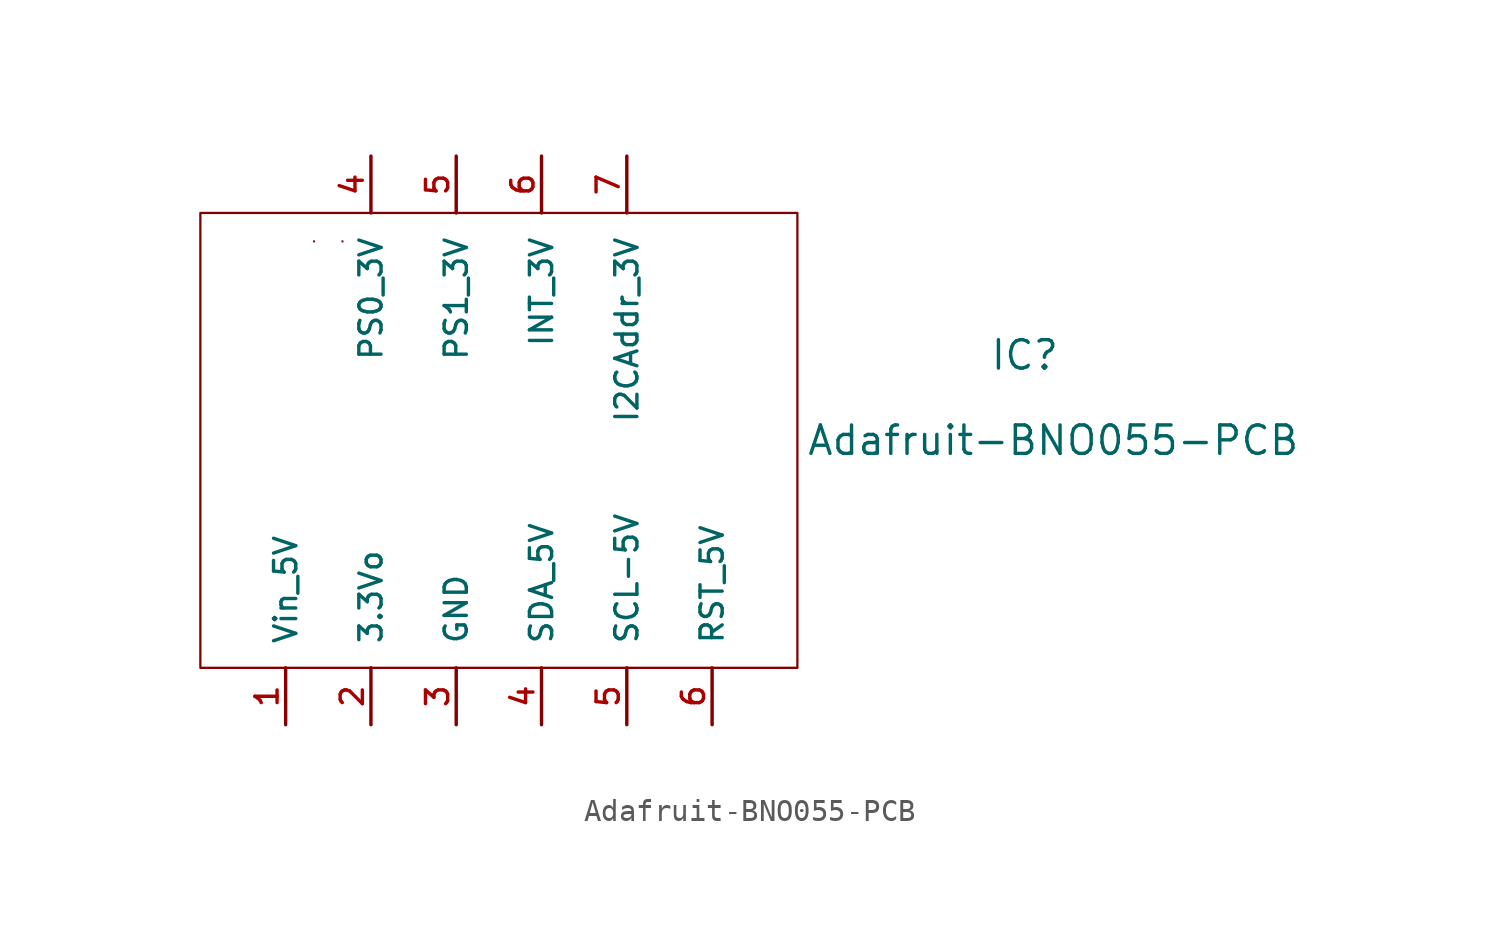
<source format=kicad_sym>
(kicad_symbol_lib
  (version 20211014)
  (generator kicad_symbol_editor)
  (symbol "Adafruit-BNO055-PCB"
    (pin_names
      (offset 1.016))
    (property "Reference" "IC"
      (at 36.83 -6.35 0)
      (effects (font (size 1.27 1.27))))
    (property "Value" "Adafruit-BNO055-PCB"
      (at 38.1 -10.16 0)
      (effects (font (size 1.27 1.27))))
    (symbol "Adafruit-BNO055-PCB_0_1"
      (rectangle (start 0 0) (end 26.67 -20.32) (stroke (width 0.102) (type default) (color 0 0 0 0)) (fill (type none)))
      (rectangle (start 5.08 -1.27) (end 5.08 -1.27) (stroke (width 0.102) (type default) (color 0 0 0 0)) (fill (type none)))
      (rectangle (start 6.35 -1.27) (end 6.35 -1.27) (stroke (width 0.102) (type default) (color 0 0 0 0)) (fill (type none))))
    (symbol "Adafruit-BNO055-PCB_1_1"
      (pin bidirectional line (at 3.81 -22.86 90) (length 2.54) (name "Vin_5V" (effects (font (size 0.991 0.991)))) (number "1" (effects (font (size 0.991 0.991)))))
      (pin bidirectional line (at 7.62 -22.86 90) (length 2.54) (name "3.3Vo" (effects (font (size 0.991 0.991)))) (number "2" (effects (font (size 0.991 0.991)))))
      (pin bidirectional line (at 11.43 -22.86 90) (length 2.54) (name "GND" (effects (font (size 0.991 0.991)))) (number "3" (effects (font (size 0.991 0.991)))))
      (pin bidirectional line (at 7.62 2.54 270) (length 2.54) (name "PS0_3V" (effects (font (size 0.991 0.991)))) (number "4" (effects (font (size 0.991 0.991)))))
      (pin bidirectional line (at 15.24 -22.86 90) (length 2.54) (name "SDA_5V" (effects (font (size 0.991 0.991)))) (number "4" (effects (font (size 0.991 0.991)))))
      (pin bidirectional line (at 11.43 2.54 270) (length 2.54) (name "PS1_3V" (effects (font (size 0.991 0.991)))) (number "5" (effects (font (size 0.991 0.991)))))
      (pin bidirectional line (at 19.05 -22.86 90) (length 2.54) (name "SCL-5V" (effects (font (size 0.991 0.991)))) (number "5" (effects (font (size 0.991 0.991)))))
      (pin bidirectional line (at 15.24 2.54 270) (length 2.54) (name "INT_3V" (effects (font (size 0.991 0.991)))) (number "6" (effects (font (size 0.991 0.991)))))
      (pin bidirectional line (at 22.86 -22.86 90) (length 2.54) (name "RST_5V" (effects (font (size 0.991 0.991)))) (number "6" (effects (font (size 0.991 0.991)))))
      (pin bidirectional line (at 19.05 2.54 270) (length 2.54) (name "I2CAddr_3V" (effects (font (size 0.991 0.991)))) (number "7" (effects (font (size 0.991 0.991))))))))
</source>
